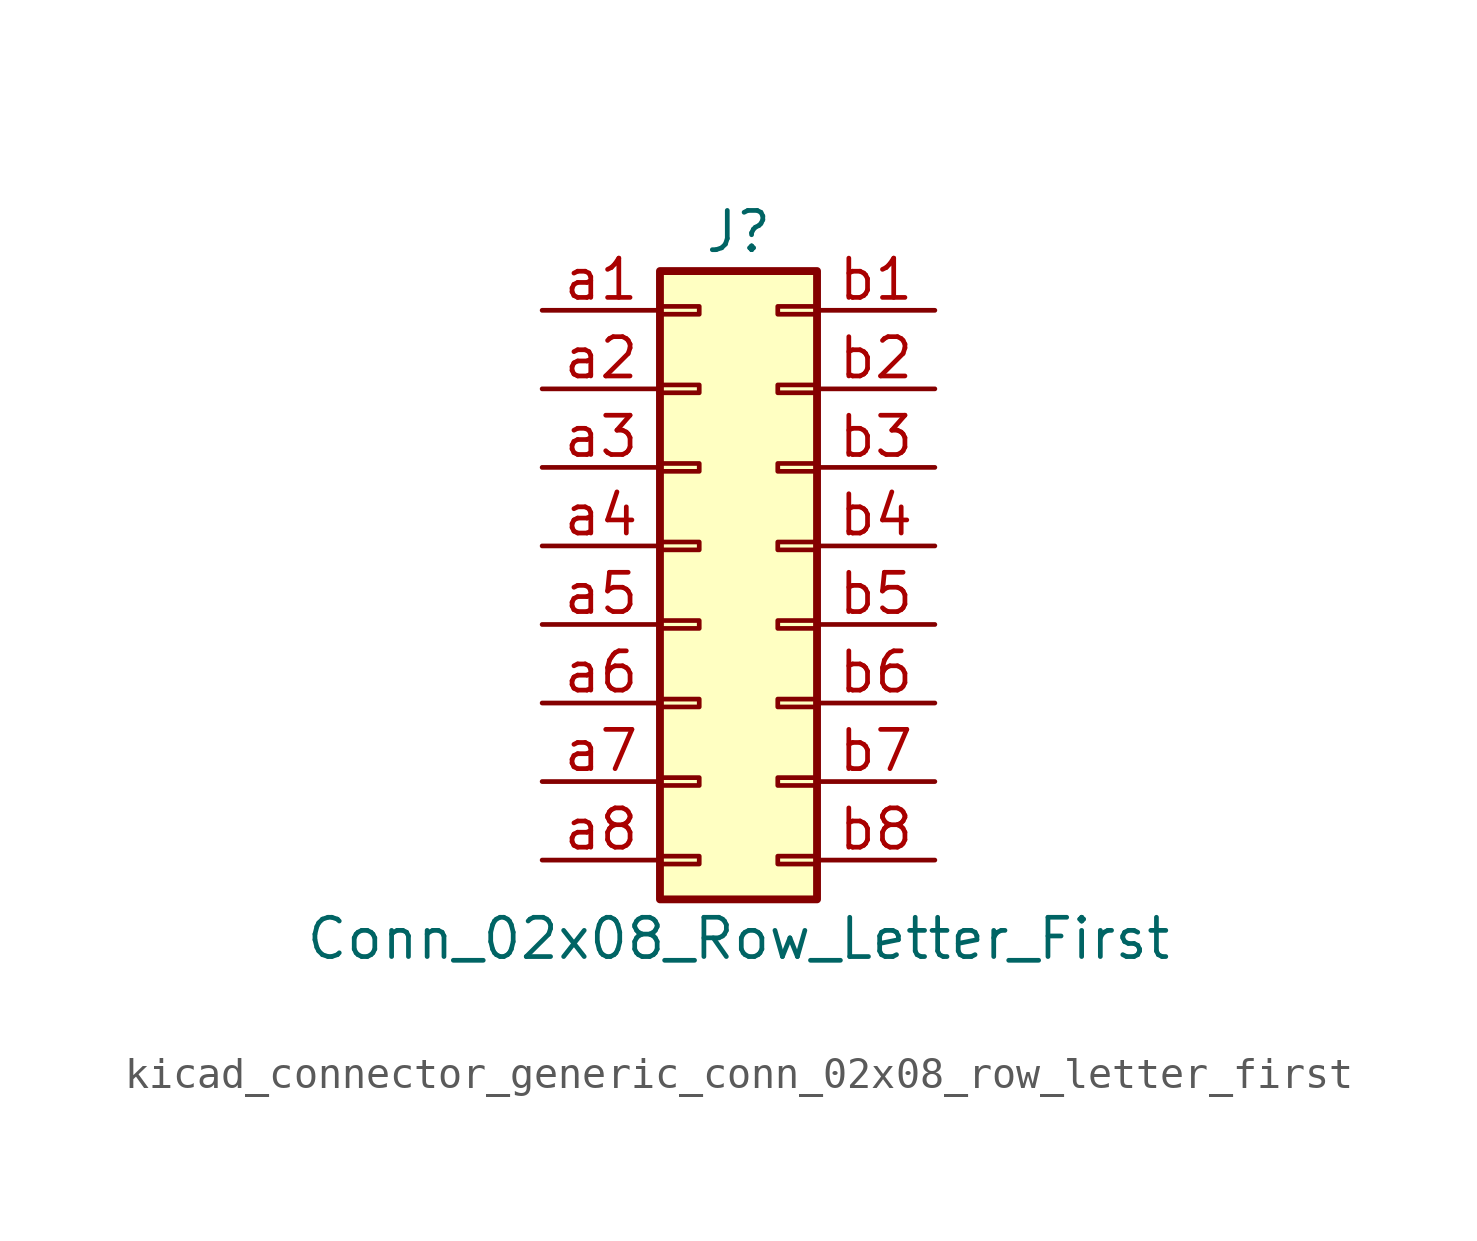
<source format=kicad_sym>
(kicad_symbol_lib
  (version 20220914)
  (generator kicad_symbol_editor)
  (symbol "kicad_connector_generic_conn_02x08_row_letter_first"
    (pin_names
      (offset 1.016) hide)
    (property "Reference" "J"
      (at 1.27 10.16 0)
      (effects (font (size 1.27 1.27))))
    (property "Value" "Conn_02x08_Row_Letter_First"
      (at 1.27 -12.7 0)
      (effects (font (size 1.27 1.27))))
    (symbol "kicad_connector_generic_conn_02x08_row_letter_first_1_1"
      (rectangle (start -1.27 -10.033) (end 0 -10.287) (stroke (width 0.152) (type default)) (fill (type none)))
      (rectangle (start -1.27 -7.493) (end 0 -7.747) (stroke (width 0.152) (type default)) (fill (type none)))
      (rectangle (start -1.27 -4.953) (end 0 -5.207) (stroke (width 0.152) (type default)) (fill (type none)))
      (rectangle (start -1.27 -2.413) (end 0 -2.667) (stroke (width 0.152) (type default)) (fill (type none)))
      (rectangle (start -1.27 0.127) (end 0 -0.127) (stroke (width 0.152) (type default)) (fill (type none)))
      (rectangle (start -1.27 2.667) (end 0 2.413) (stroke (width 0.152) (type default)) (fill (type none)))
      (rectangle (start -1.27 5.207) (end 0 4.953) (stroke (width 0.152) (type default)) (fill (type none)))
      (rectangle (start -1.27 7.747) (end 0 7.493) (stroke (width 0.152) (type default)) (fill (type none)))
      (rectangle (start -1.27 8.89) (end 3.81 -11.43) (stroke (width 0.254) (type default)) (fill (type background)))
      (rectangle (start 3.81 -10.033) (end 2.54 -10.287) (stroke (width 0.152) (type default)) (fill (type none)))
      (rectangle (start 3.81 -7.493) (end 2.54 -7.747) (stroke (width 0.152) (type default)) (fill (type none)))
      (rectangle (start 3.81 -4.953) (end 2.54 -5.207) (stroke (width 0.152) (type default)) (fill (type none)))
      (rectangle (start 3.81 -2.413) (end 2.54 -2.667) (stroke (width 0.152) (type default)) (fill (type none)))
      (rectangle (start 3.81 0.127) (end 2.54 -0.127) (stroke (width 0.152) (type default)) (fill (type none)))
      (rectangle (start 3.81 2.667) (end 2.54 2.413) (stroke (width 0.152) (type default)) (fill (type none)))
      (rectangle (start 3.81 5.207) (end 2.54 4.953) (stroke (width 0.152) (type default)) (fill (type none)))
      (rectangle (start 3.81 7.747) (end 2.54 7.493) (stroke (width 0.152) (type default)) (fill (type none)))
      (pin passive line (at -5.08 7.62 0) (length 3.81) (name "Pin_a1" (effects (font (size 1.27 1.27)))) (number "a1" (effects (font (size 1.27 1.27)))))
      (pin passive line (at -5.08 5.08 0) (length 3.81) (name "Pin_a2" (effects (font (size 1.27 1.27)))) (number "a2" (effects (font (size 1.27 1.27)))))
      (pin passive line (at -5.08 2.54 0) (length 3.81) (name "Pin_a3" (effects (font (size 1.27 1.27)))) (number "a3" (effects (font (size 1.27 1.27)))))
      (pin passive line (at -5.08 0 0) (length 3.81) (name "Pin_a4" (effects (font (size 1.27 1.27)))) (number "a4" (effects (font (size 1.27 1.27)))))
      (pin passive line (at -5.08 -2.54 0) (length 3.81) (name "Pin_a5" (effects (font (size 1.27 1.27)))) (number "a5" (effects (font (size 1.27 1.27)))))
      (pin passive line (at -5.08 -5.08 0) (length 3.81) (name "Pin_a6" (effects (font (size 1.27 1.27)))) (number "a6" (effects (font (size 1.27 1.27)))))
      (pin passive line (at -5.08 -7.62 0) (length 3.81) (name "Pin_a7" (effects (font (size 1.27 1.27)))) (number "a7" (effects (font (size 1.27 1.27)))))
      (pin passive line (at -5.08 -10.16 0) (length 3.81) (name "Pin_a8" (effects (font (size 1.27 1.27)))) (number "a8" (effects (font (size 1.27 1.27)))))
      (pin passive line (at 7.62 7.62 180) (length 3.81) (name "Pin_b1" (effects (font (size 1.27 1.27)))) (number "b1" (effects (font (size 1.27 1.27)))))
      (pin passive line (at 7.62 5.08 180) (length 3.81) (name "Pin_b2" (effects (font (size 1.27 1.27)))) (number "b2" (effects (font (size 1.27 1.27)))))
      (pin passive line (at 7.62 2.54 180) (length 3.81) (name "Pin_b3" (effects (font (size 1.27 1.27)))) (number "b3" (effects (font (size 1.27 1.27)))))
      (pin passive line (at 7.62 0 180) (length 3.81) (name "Pin_b4" (effects (font (size 1.27 1.27)))) (number "b4" (effects (font (size 1.27 1.27)))))
      (pin passive line (at 7.62 -2.54 180) (length 3.81) (name "Pin_b5" (effects (font (size 1.27 1.27)))) (number "b5" (effects (font (size 1.27 1.27)))))
      (pin passive line (at 7.62 -5.08 180) (length 3.81) (name "Pin_b6" (effects (font (size 1.27 1.27)))) (number "b6" (effects (font (size 1.27 1.27)))))
      (pin passive line (at 7.62 -7.62 180) (length 3.81) (name "Pin_b7" (effects (font (size 1.27 1.27)))) (number "b7" (effects (font (size 1.27 1.27)))))
      (pin passive line (at 7.62 -10.16 180) (length 3.81) (name "Pin_b8" (effects (font (size 1.27 1.27)))) (number "b8" (effects (font (size 1.27 1.27))))))))
</source>
